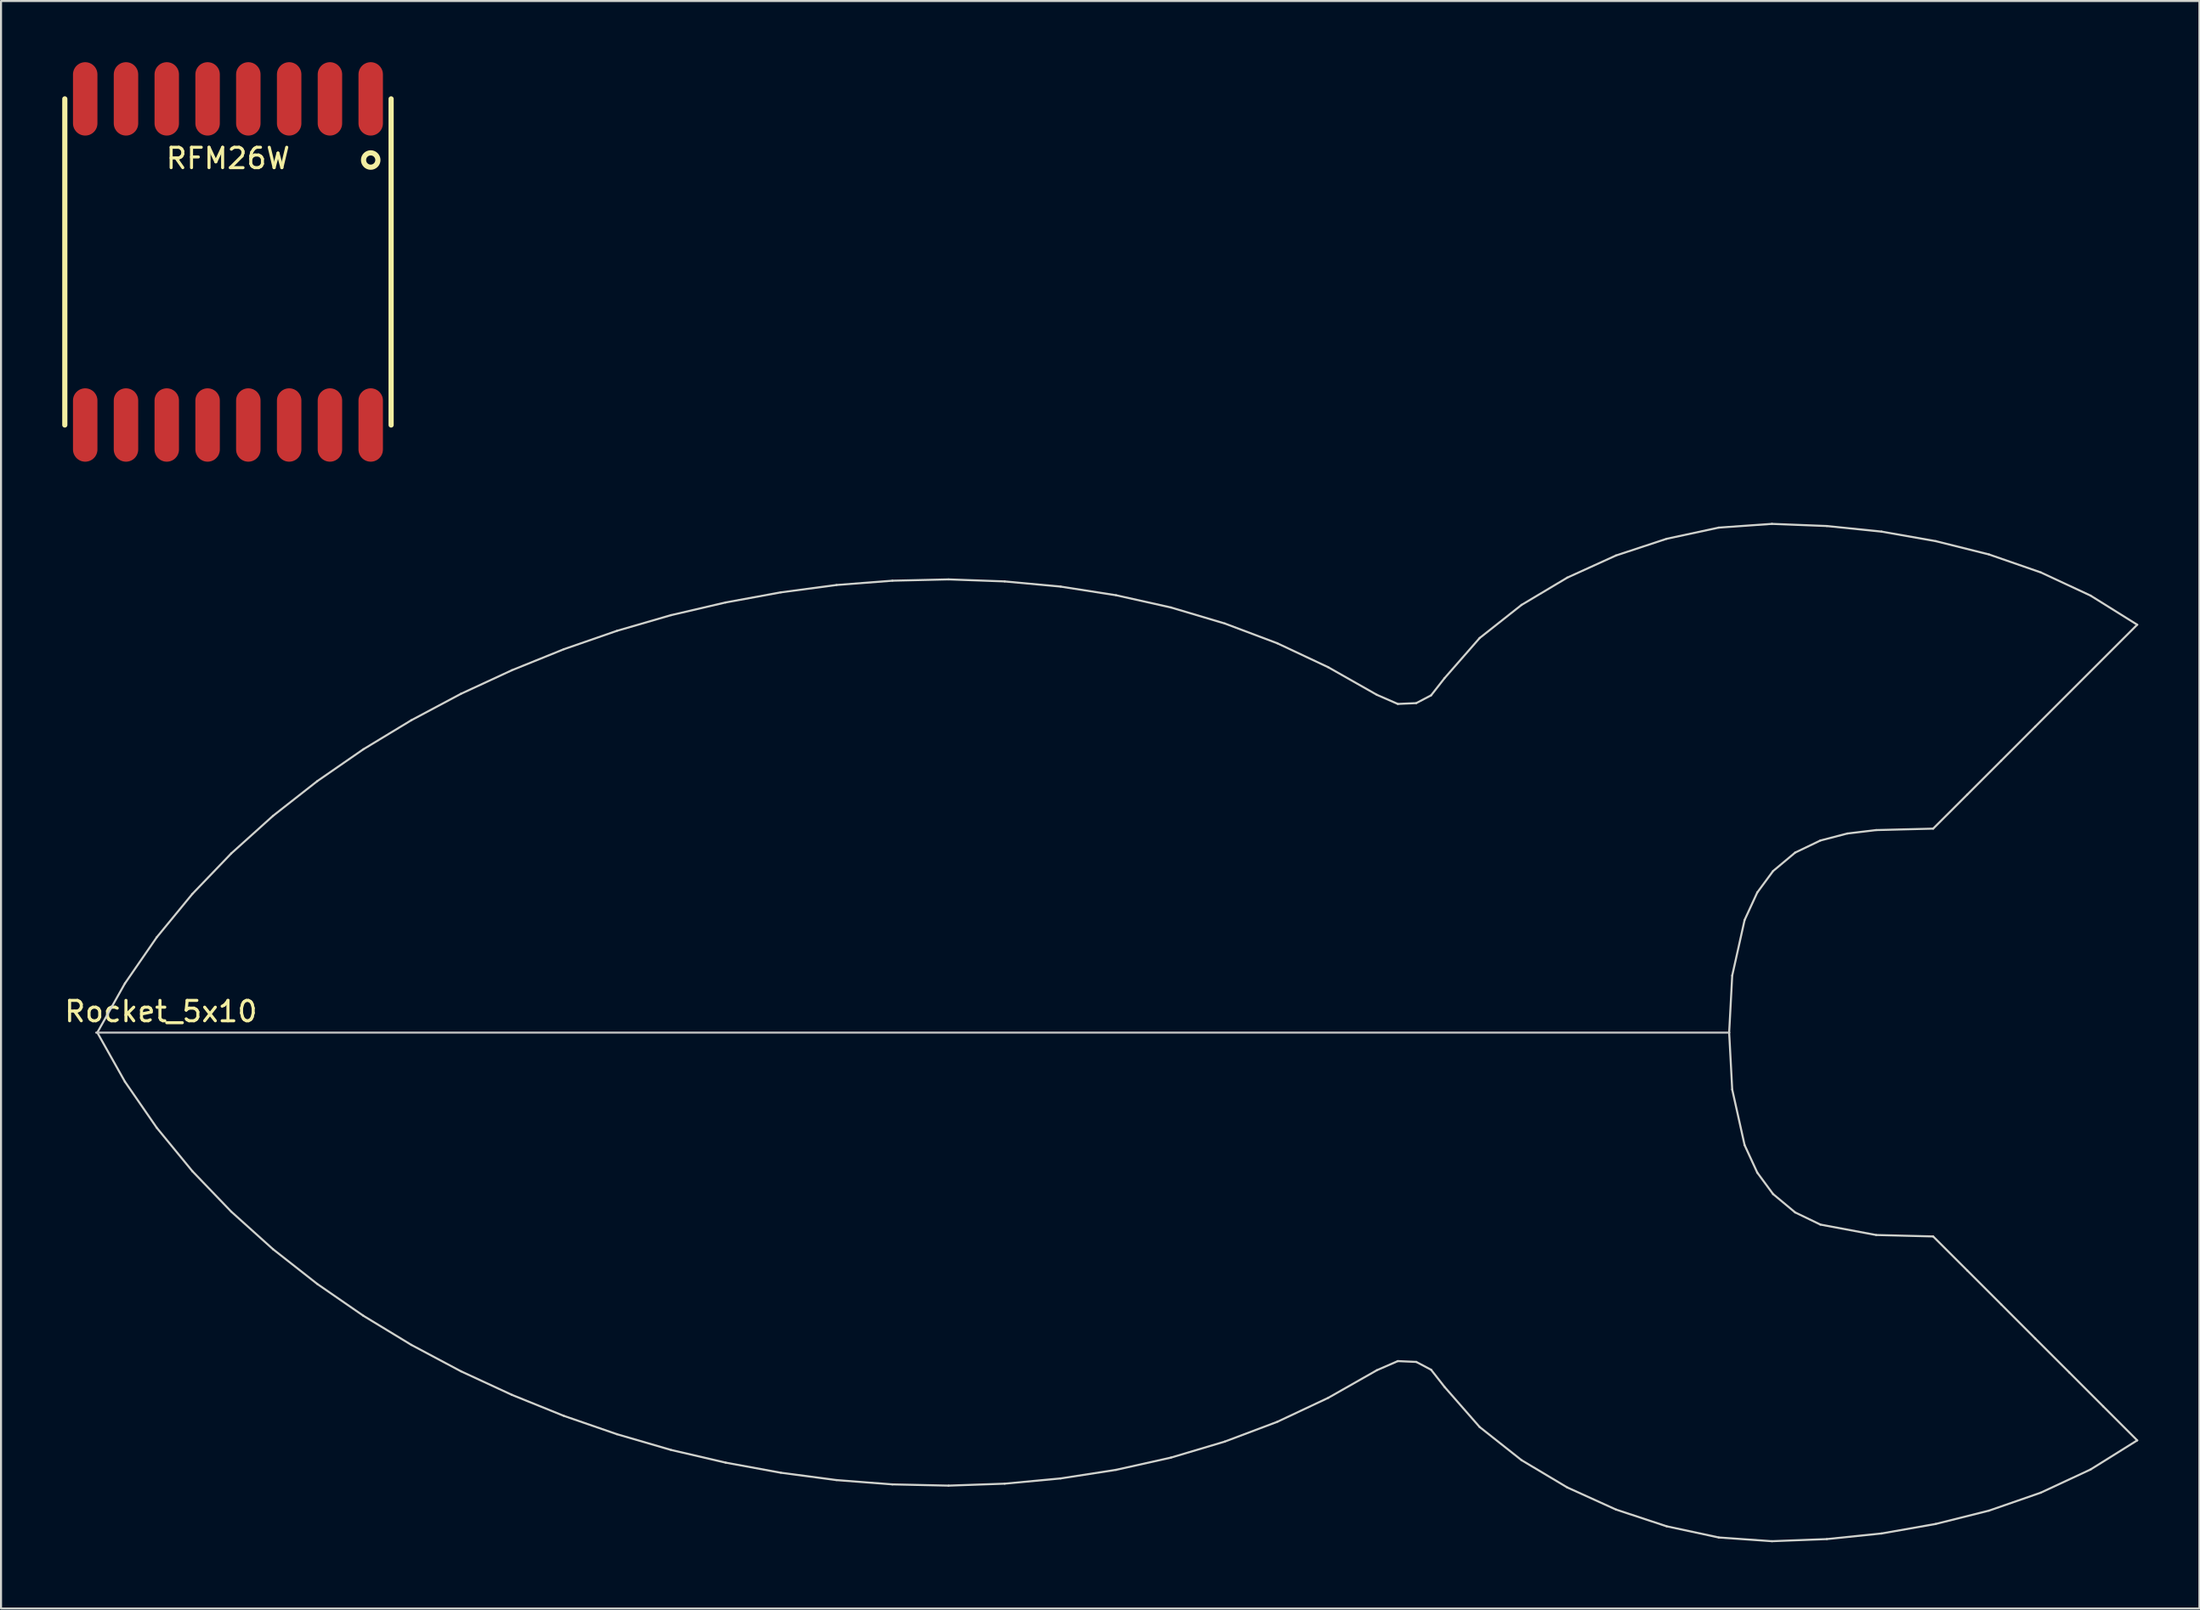
<source format=kicad_pcb>
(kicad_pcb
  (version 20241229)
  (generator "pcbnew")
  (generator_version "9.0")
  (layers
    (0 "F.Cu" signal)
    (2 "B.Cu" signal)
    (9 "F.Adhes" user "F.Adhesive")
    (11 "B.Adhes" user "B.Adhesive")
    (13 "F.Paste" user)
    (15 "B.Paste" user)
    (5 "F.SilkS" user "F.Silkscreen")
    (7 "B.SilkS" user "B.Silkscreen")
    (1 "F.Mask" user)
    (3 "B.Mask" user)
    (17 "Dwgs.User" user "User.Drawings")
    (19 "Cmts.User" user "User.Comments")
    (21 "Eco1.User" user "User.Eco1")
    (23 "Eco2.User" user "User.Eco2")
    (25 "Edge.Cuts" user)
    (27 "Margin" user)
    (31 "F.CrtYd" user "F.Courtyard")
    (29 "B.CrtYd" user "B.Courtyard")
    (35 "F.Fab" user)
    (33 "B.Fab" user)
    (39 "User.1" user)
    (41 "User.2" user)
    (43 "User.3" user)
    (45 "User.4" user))
  (footprint "RFM26W"
    (layer "F.Cu")
    (at 8.125 9.798)
    (property "Reference" "RFM26W" (at 0 -5.08 0) (layer "F.SilkS") (effects (font (size 1 1) (thickness 0.15))))
    (attr smd)
    (fp_line (start -7.998 -7.998) (end -7.998 7.998) (stroke (width 0.254) (type solid)) (layer "F.SilkS"))
    (fp_line (start 7.998 7.998) (end 7.998 -7.998) (stroke (width 0.254) (type solid)) (layer "F.SilkS"))
    (fp_circle (center 6.998 -4.999) (end 7.247 -5.248) (stroke (width 0.254) (type solid)) (fill no) (layer "F.SilkS"))
    (pad "ANT" smd oval (at 6.998 -7.998) (size 1.199 3.599) (layers "F.Cu" "F.Mask" "F.Paste"))
    (pad "GND" smd oval (at 4.999 -7.998) (size 1.199 3.599) (layers "F.Cu" "F.Mask" "F.Paste"))
    (pad "GND" smd oval (at 6.998 7.998) (size 1.199 3.599) (layers "F.Cu" "F.Mask" "F.Paste"))
    (pad "GPIO" smd oval (at -6.998 -7.998) (size 1.199 3.599) (layers "F.Cu" "F.Mask" "F.Paste"))
    (pad "GPIO" smd oval (at -6.998 7.998) (size 1.199 3.599) (layers "F.Cu" "F.Mask" "F.Paste"))
    (pad "GPIO" smd oval (at -4.999 -7.998) (size 1.199 3.599) (layers "F.Cu" "F.Mask" "F.Paste"))
    (pad "GPIO" smd oval (at -3 -7.998) (size 1.199 3.599) (layers "F.Cu" "F.Mask" "F.Paste"))
    (pad "NIRQ" smd oval (at 3 7.998) (size 1.199 3.599) (layers "F.Cu" "F.Mask" "F.Paste"))
    (pad "NSEL" smd oval (at 0.998 7.998) (size 1.199 3.599) (layers "F.Cu" "F.Mask" "F.Paste"))
    (pad "RX-A" smd oval (at 3 -7.998) (size 1.199 3.599) (layers "F.Cu" "F.Mask" "F.Paste"))
    (pad "SCK" smd oval (at -0.998 7.998) (size 1.199 3.599) (layers "F.Cu" "F.Mask" "F.Paste"))
    (pad "SDI" smd oval (at -3 7.998) (size 1.199 3.599) (layers "F.Cu" "F.Mask" "F.Paste"))
    (pad "SDN" smd oval (at 4.999 7.998) (size 1.199 3.599) (layers "F.Cu" "F.Mask" "F.Paste"))
    (pad "SDO" smd oval (at -4.999 7.998) (size 1.199 3.599) (layers "F.Cu" "F.Mask" "F.Paste"))
    (pad "TX-A" smd oval (at 0.998 -7.998) (size 1.199 3.599) (layers "F.Cu" "F.Mask" "F.Paste"))
    (pad "VCC" smd oval (at -0.998 -7.998) (size 1.199 3.599) (layers "F.Cu" "F.Mask" "F.Paste")))
  (footprint "Rocket_5x10"
    (layer "F.Cu")
    (at 1.664 72.598)
    (property "Reference" "Rocket_5x10" (at 3.175 -26.035 0) (layer "F.SilkS") (effects (font (size 1 1) (thickness 0.15))))
    (attr exclude_from_pos_files exclude_from_bom)
    (fp_line (start 0 -24.999) (end 80 -24.999) (stroke (width 0.1) (type solid)) (layer "Dwgs.User"))
    (fp_line (start 0.061 -25.011) (end 0.061 -24.994) (stroke (width 0.1) (type solid)) (layer "Edge.Cuts"))
    (fp_line (start 0.061 -24.994) (end 1.41 -22.593) (stroke (width 0.1) (type solid)) (layer "Edge.Cuts"))
    (fp_line (start 1.41 -27.412) (end 0.061 -25.011) (stroke (width 0.1) (type solid)) (layer "Edge.Cuts"))
    (fp_line (start 1.41 -22.593) (end 2.972 -20.33) (stroke (width 0.1) (type solid)) (layer "Edge.Cuts"))
    (fp_line (start 2.972 -29.677) (end 1.41 -27.412) (stroke (width 0.1) (type solid)) (layer "Edge.Cuts"))
    (fp_line (start 2.972 -20.33) (end 4.717 -18.202) (stroke (width 0.1) (type solid)) (layer "Edge.Cuts"))
    (fp_line (start 4.717 -31.803) (end 2.972 -29.677) (stroke (width 0.1) (type solid)) (layer "Edge.Cuts"))
    (fp_line (start 4.717 -18.202) (end 6.622 -16.218) (stroke (width 0.1) (type solid)) (layer "Edge.Cuts"))
    (fp_line (start 6.622 -33.787) (end 4.717 -31.803) (stroke (width 0.1) (type solid)) (layer "Edge.Cuts"))
    (fp_line (start 6.622 -16.218) (end 8.669 -14.376) (stroke (width 0.1) (type solid)) (layer "Edge.Cuts"))
    (fp_line (start 8.669 -35.631) (end 6.622 -33.787) (stroke (width 0.1) (type solid)) (layer "Edge.Cuts"))
    (fp_line (start 8.669 -14.376) (end 10.838 -12.672) (stroke (width 0.1) (type solid)) (layer "Edge.Cuts"))
    (fp_line (start 10.838 -37.333) (end 8.669 -35.631) (stroke (width 0.1) (type solid)) (layer "Edge.Cuts"))
    (fp_line (start 10.838 -12.672) (end 13.096 -11.113) (stroke (width 0.1) (type solid)) (layer "Edge.Cuts"))
    (fp_line (start 13.096 -38.895) (end 10.838 -37.333) (stroke (width 0.1) (type solid)) (layer "Edge.Cuts"))
    (fp_line (start 13.096 -11.113) (end 15.451 -9.682) (stroke (width 0.1) (type solid)) (layer "Edge.Cuts"))
    (fp_line (start 15.451 -40.322) (end 13.096 -38.895) (stroke (width 0.1) (type solid)) (layer "Edge.Cuts"))
    (fp_line (start 15.451 -9.682) (end 17.884 -8.387) (stroke (width 0.1) (type solid)) (layer "Edge.Cuts"))
    (fp_line (start 17.884 -41.618) (end 15.451 -40.322) (stroke (width 0.1) (type solid)) (layer "Edge.Cuts"))
    (fp_line (start 17.884 -8.387) (end 20.381 -7.231) (stroke (width 0.1) (type solid)) (layer "Edge.Cuts"))
    (fp_line (start 20.381 -42.774) (end 17.884 -41.618) (stroke (width 0.1) (type solid)) (layer "Edge.Cuts"))
    (fp_line (start 20.381 -7.231) (end 22.929 -6.2) (stroke (width 0.1) (type solid)) (layer "Edge.Cuts"))
    (fp_line (start 22.929 -43.805) (end 20.381 -42.774) (stroke (width 0.1) (type solid)) (layer "Edge.Cuts"))
    (fp_line (start 22.929 -6.2) (end 25.532 -5.301) (stroke (width 0.1) (type solid)) (layer "Edge.Cuts"))
    (fp_line (start 25.532 -44.707) (end 22.929 -43.805) (stroke (width 0.1) (type solid)) (layer "Edge.Cuts"))
    (fp_line (start 25.532 -5.301) (end 28.176 -4.531) (stroke (width 0.1) (type solid)) (layer "Edge.Cuts"))
    (fp_line (start 28.176 -45.474) (end 25.532 -44.707) (stroke (width 0.1) (type solid)) (layer "Edge.Cuts"))
    (fp_line (start 28.176 -4.531) (end 30.858 -3.907) (stroke (width 0.1) (type solid)) (layer "Edge.Cuts"))
    (fp_line (start 30.858 -46.098) (end 28.176 -45.474) (stroke (width 0.1) (type solid)) (layer "Edge.Cuts"))
    (fp_line (start 30.858 -3.907) (end 33.566 -3.411) (stroke (width 0.1) (type solid)) (layer "Edge.Cuts"))
    (fp_line (start 33.566 -46.594) (end 30.858 -46.098) (stroke (width 0.1) (type solid)) (layer "Edge.Cuts"))
    (fp_line (start 33.566 -3.411) (end 36.292 -3.051) (stroke (width 0.1) (type solid)) (layer "Edge.Cuts"))
    (fp_line (start 36.292 -46.954) (end 33.566 -46.594) (stroke (width 0.1) (type solid)) (layer "Edge.Cuts"))
    (fp_line (start 36.292 -3.051) (end 39.032 -2.84) (stroke (width 0.1) (type solid)) (layer "Edge.Cuts"))
    (fp_line (start 39.032 -47.165) (end 36.292 -46.954) (stroke (width 0.1) (type solid)) (layer "Edge.Cuts"))
    (fp_line (start 39.032 -2.84) (end 41.786 -2.779) (stroke (width 0.1) (type solid)) (layer "Edge.Cuts"))
    (fp_line (start 41.786 -47.229) (end 39.032 -47.165) (stroke (width 0.1) (type solid)) (layer "Edge.Cuts"))
    (fp_line (start 41.786 -2.779) (end 44.536 -2.875) (stroke (width 0.1) (type solid)) (layer "Edge.Cuts"))
    (fp_line (start 44.536 -47.13) (end 41.786 -47.229) (stroke (width 0.1) (type solid)) (layer "Edge.Cuts"))
    (fp_line (start 44.536 -2.875) (end 47.28 -3.132) (stroke (width 0.1) (type solid)) (layer "Edge.Cuts"))
    (fp_line (start 47.28 -46.876) (end 44.536 -47.13) (stroke (width 0.1) (type solid)) (layer "Edge.Cuts"))
    (fp_line (start 47.28 -3.132) (end 49.997 -3.553) (stroke (width 0.1) (type solid)) (layer "Edge.Cuts"))
    (fp_line (start 49.997 -46.452) (end 47.28 -46.876) (stroke (width 0.1) (type solid)) (layer "Edge.Cuts"))
    (fp_line (start 49.997 -3.553) (end 52.687 -4.153) (stroke (width 0.1) (type solid)) (layer "Edge.Cuts"))
    (fp_line (start 52.687 -45.852) (end 49.997 -46.452) (stroke (width 0.1) (type solid)) (layer "Edge.Cuts"))
    (fp_line (start 52.687 -4.153) (end 55.324 -4.938) (stroke (width 0.1) (type solid)) (layer "Edge.Cuts"))
    (fp_line (start 55.324 -45.067) (end 52.687 -45.852) (stroke (width 0.1) (type solid)) (layer "Edge.Cuts"))
    (fp_line (start 55.324 -4.938) (end 57.899 -5.908) (stroke (width 0.1) (type solid)) (layer "Edge.Cuts"))
    (fp_line (start 57.899 -44.097) (end 55.324 -45.067) (stroke (width 0.1) (type solid)) (layer "Edge.Cuts"))
    (fp_line (start 57.899 -5.908) (end 60.394 -7.082) (stroke (width 0.1) (type solid)) (layer "Edge.Cuts"))
    (fp_line (start 60.394 -42.923) (end 57.899 -44.097) (stroke (width 0.1) (type solid)) (layer "Edge.Cuts"))
    (fp_line (start 60.394 -7.082) (end 62.784 -8.44) (stroke (width 0.1) (type solid)) (layer "Edge.Cuts"))
    (fp_line (start 62.784 -41.567) (end 60.394 -42.923) (stroke (width 0.1) (type solid)) (layer "Edge.Cuts"))
    (fp_line (start 62.784 -8.44) (end 63.81 -8.887) (stroke (width 0.1) (type solid)) (layer "Edge.Cuts"))
    (fp_line (start 63.81 -41.12) (end 62.784 -41.567) (stroke (width 0.1) (type solid)) (layer "Edge.Cuts"))
    (fp_line (start 63.81 -8.887) (end 64.714 -8.847) (stroke (width 0.1) (type solid)) (layer "Edge.Cuts"))
    (fp_line (start 64.714 -41.161) (end 63.81 -41.12) (stroke (width 0.1) (type solid)) (layer "Edge.Cuts"))
    (fp_line (start 64.714 -8.847) (end 65.441 -8.463) (stroke (width 0.1) (type solid)) (layer "Edge.Cuts"))
    (fp_line (start 65.441 -41.542) (end 64.714 -41.161) (stroke (width 0.1) (type solid)) (layer "Edge.Cuts"))
    (fp_line (start 65.441 -8.463) (end 66.101 -7.62) (stroke (width 0.1) (type solid)) (layer "Edge.Cuts"))
    (fp_line (start 66.101 -42.385) (end 65.441 -41.542) (stroke (width 0.1) (type solid)) (layer "Edge.Cuts"))
    (fp_line (start 66.101 -7.62) (end 67.821 -5.654) (stroke (width 0.1) (type solid)) (layer "Edge.Cuts"))
    (fp_line (start 67.821 -44.353) (end 66.101 -42.385) (stroke (width 0.1) (type solid)) (layer "Edge.Cuts"))
    (fp_line (start 67.821 -5.654) (end 69.875 -4.028) (stroke (width 0.1) (type solid)) (layer "Edge.Cuts"))
    (fp_line (start 69.875 -45.977) (end 67.821 -44.353) (stroke (width 0.1) (type solid)) (layer "Edge.Cuts"))
    (fp_line (start 69.875 -4.028) (end 72.116 -2.69) (stroke (width 0.1) (type solid)) (layer "Edge.Cuts"))
    (fp_line (start 72.116 -47.315) (end 69.875 -45.977) (stroke (width 0.1) (type solid)) (layer "Edge.Cuts"))
    (fp_line (start 72.116 -2.69) (end 74.506 -1.605) (stroke (width 0.1) (type solid)) (layer "Edge.Cuts"))
    (fp_line (start 74.506 -48.402) (end 72.116 -47.315) (stroke (width 0.1) (type solid)) (layer "Edge.Cuts"))
    (fp_line (start 74.506 -1.605) (end 76.985 -0.785) (stroke (width 0.1) (type solid)) (layer "Edge.Cuts"))
    (fp_line (start 76.985 -49.22) (end 74.506 -48.402) (stroke (width 0.1) (type solid)) (layer "Edge.Cuts"))
    (fp_line (start 76.985 -0.785) (end 79.543 -0.236) (stroke (width 0.1) (type solid)) (layer "Edge.Cuts"))
    (fp_line (start 79.543 -49.769) (end 76.985 -49.22) (stroke (width 0.1) (type solid)) (layer "Edge.Cuts"))
    (fp_line (start 79.543 -0.236) (end 82.151 -0.053) (stroke (width 0.1) (type solid)) (layer "Edge.Cuts"))
    (fp_line (start 80.053 -25.011) (end 80.203 -27.798) (stroke (width 0.1) (type solid)) (layer "Edge.Cuts"))
    (fp_line (start 80.053 -24.994) (end 80.053 -25.011) (stroke (width 0.1) (type solid)) (layer "Edge.Cuts"))
    (fp_line (start 80.203 -27.798) (end 80.81 -30.523) (stroke (width 0.1) (type solid)) (layer "Edge.Cuts"))
    (fp_line (start 80.203 -22.207) (end 80.053 -24.994) (stroke (width 0.1) (type solid)) (layer "Edge.Cuts"))
    (fp_line (start 80.81 -30.523) (end 81.432 -31.874) (stroke (width 0.1) (type solid)) (layer "Edge.Cuts"))
    (fp_line (start 80.81 -19.482) (end 80.203 -22.207) (stroke (width 0.1) (type solid)) (layer "Edge.Cuts"))
    (fp_line (start 81.432 -31.874) (end 82.205 -32.923) (stroke (width 0.1) (type solid)) (layer "Edge.Cuts"))
    (fp_line (start 81.432 -18.131) (end 80.81 -19.482) (stroke (width 0.1) (type solid)) (layer "Edge.Cuts"))
    (fp_line (start 82.151 -49.952) (end 79.543 -49.769) (stroke (width 0.1) (type solid)) (layer "Edge.Cuts"))
    (fp_line (start 82.151 -0.053) (end 84.841 -0.157) (stroke (width 0.1) (type solid)) (layer "Edge.Cuts"))
    (fp_line (start 82.205 -32.923) (end 83.287 -33.828) (stroke (width 0.1) (type solid)) (layer "Edge.Cuts"))
    (fp_line (start 82.205 -17.081) (end 81.432 -18.131) (stroke (width 0.1) (type solid)) (layer "Edge.Cuts"))
    (fp_line (start 83.287 -33.828) (end 84.526 -34.422) (stroke (width 0.1) (type solid)) (layer "Edge.Cuts"))
    (fp_line (start 83.287 -16.18) (end 82.205 -17.081) (stroke (width 0.1) (type solid)) (layer "Edge.Cuts"))
    (fp_line (start 84.526 -34.422) (end 85.847 -34.765) (stroke (width 0.1) (type solid)) (layer "Edge.Cuts"))
    (fp_line (start 84.526 -15.583) (end 83.287 -16.18) (stroke (width 0.1) (type solid)) (layer "Edge.Cuts"))
    (fp_line (start 84.841 -49.847) (end 82.151 -49.952) (stroke (width 0.1) (type solid)) (layer "Edge.Cuts"))
    (fp_line (start 84.841 -0.157) (end 87.523 -0.432) (stroke (width 0.1) (type solid)) (layer "Edge.Cuts"))
    (fp_line (start 85.847 -34.765) (end 87.259 -34.933) (stroke (width 0.1) (type solid)) (layer "Edge.Cuts"))
    (fp_line (start 87.259 -34.933) (end 90.053 -35.004) (stroke (width 0.1) (type solid)) (layer "Edge.Cuts"))
    (fp_line (start 87.259 -15.072) (end 84.526 -15.583) (stroke (width 0.1) (type solid)) (layer "Edge.Cuts"))
    (fp_line (start 87.523 -49.573) (end 84.841 -49.847) (stroke (width 0.1) (type solid)) (layer "Edge.Cuts"))
    (fp_line (start 87.523 -0.432) (end 90.178 -0.899) (stroke (width 0.1) (type solid)) (layer "Edge.Cuts"))
    (fp_line (start 90.053 -35.004) (end 91.722 -36.67) (stroke (width 0.1) (type solid)) (layer "Edge.Cuts"))
    (fp_line (start 90.053 -15.001) (end 87.259 -15.072) (stroke (width 0.1) (type solid)) (layer "Edge.Cuts"))
    (fp_line (start 90.178 -49.106) (end 87.523 -49.573) (stroke (width 0.1) (type solid)) (layer "Edge.Cuts"))
    (fp_line (start 90.178 -0.899) (end 92.789 -1.552) (stroke (width 0.1) (type solid)) (layer "Edge.Cuts"))
    (fp_line (start 91.722 -36.67) (end 93.388 -38.336) (stroke (width 0.1) (type solid)) (layer "Edge.Cuts"))
    (fp_line (start 91.722 -13.335) (end 90.053 -15.001) (stroke (width 0.1) (type solid)) (layer "Edge.Cuts"))
    (fp_line (start 92.789 -48.453) (end 90.178 -49.106) (stroke (width 0.1) (type solid)) (layer "Edge.Cuts"))
    (fp_line (start 92.789 -1.552) (end 95.329 -2.433) (stroke (width 0.1) (type solid)) (layer "Edge.Cuts"))
    (fp_line (start 93.388 -38.336) (end 95.054 -40.005) (stroke (width 0.1) (type solid)) (layer "Edge.Cuts"))
    (fp_line (start 93.388 -11.669) (end 91.722 -13.335) (stroke (width 0.1) (type solid)) (layer "Edge.Cuts"))
    (fp_line (start 95.054 -40.005) (end 100.056 -45.006) (stroke (width 0.1) (type solid)) (layer "Edge.Cuts"))
    (fp_line (start 95.054 -10) (end 93.388 -11.669) (stroke (width 0.1) (type solid)) (layer "Edge.Cuts"))
    (fp_line (start 95.329 -47.572) (end 92.789 -48.453) (stroke (width 0.1) (type solid)) (layer "Edge.Cuts"))
    (fp_line (start 95.329 -2.433) (end 97.77 -3.571) (stroke (width 0.1) (type solid)) (layer "Edge.Cuts"))
    (fp_line (start 96.723 -8.334) (end 95.054 -10) (stroke (width 0.1) (type solid)) (layer "Edge.Cuts"))
    (fp_line (start 97.77 -46.434) (end 95.329 -47.572) (stroke (width 0.1) (type solid)) (layer "Edge.Cuts"))
    (fp_line (start 97.77 -3.571) (end 100.056 -4.999) (stroke (width 0.1) (type solid)) (layer "Edge.Cuts"))
    (fp_line (start 98.387 -6.668) (end 96.723 -8.334) (stroke (width 0.1) (type solid)) (layer "Edge.Cuts"))
    (fp_line (start 100.056 -45.006) (end 97.77 -46.434) (stroke (width 0.1) (type solid)) (layer "Edge.Cuts"))
    (fp_line (start 100.056 -4.999) (end 98.387 -6.668) (stroke (width 0.1) (type solid)) (layer "Edge.Cuts")))
  (gr_rect
    (start -3 -3)
    (end 104.77 75.848)
    (stroke (width 0.1) (type default))
    (fill no)
    (layer "Edge.Cuts")))
</source>
